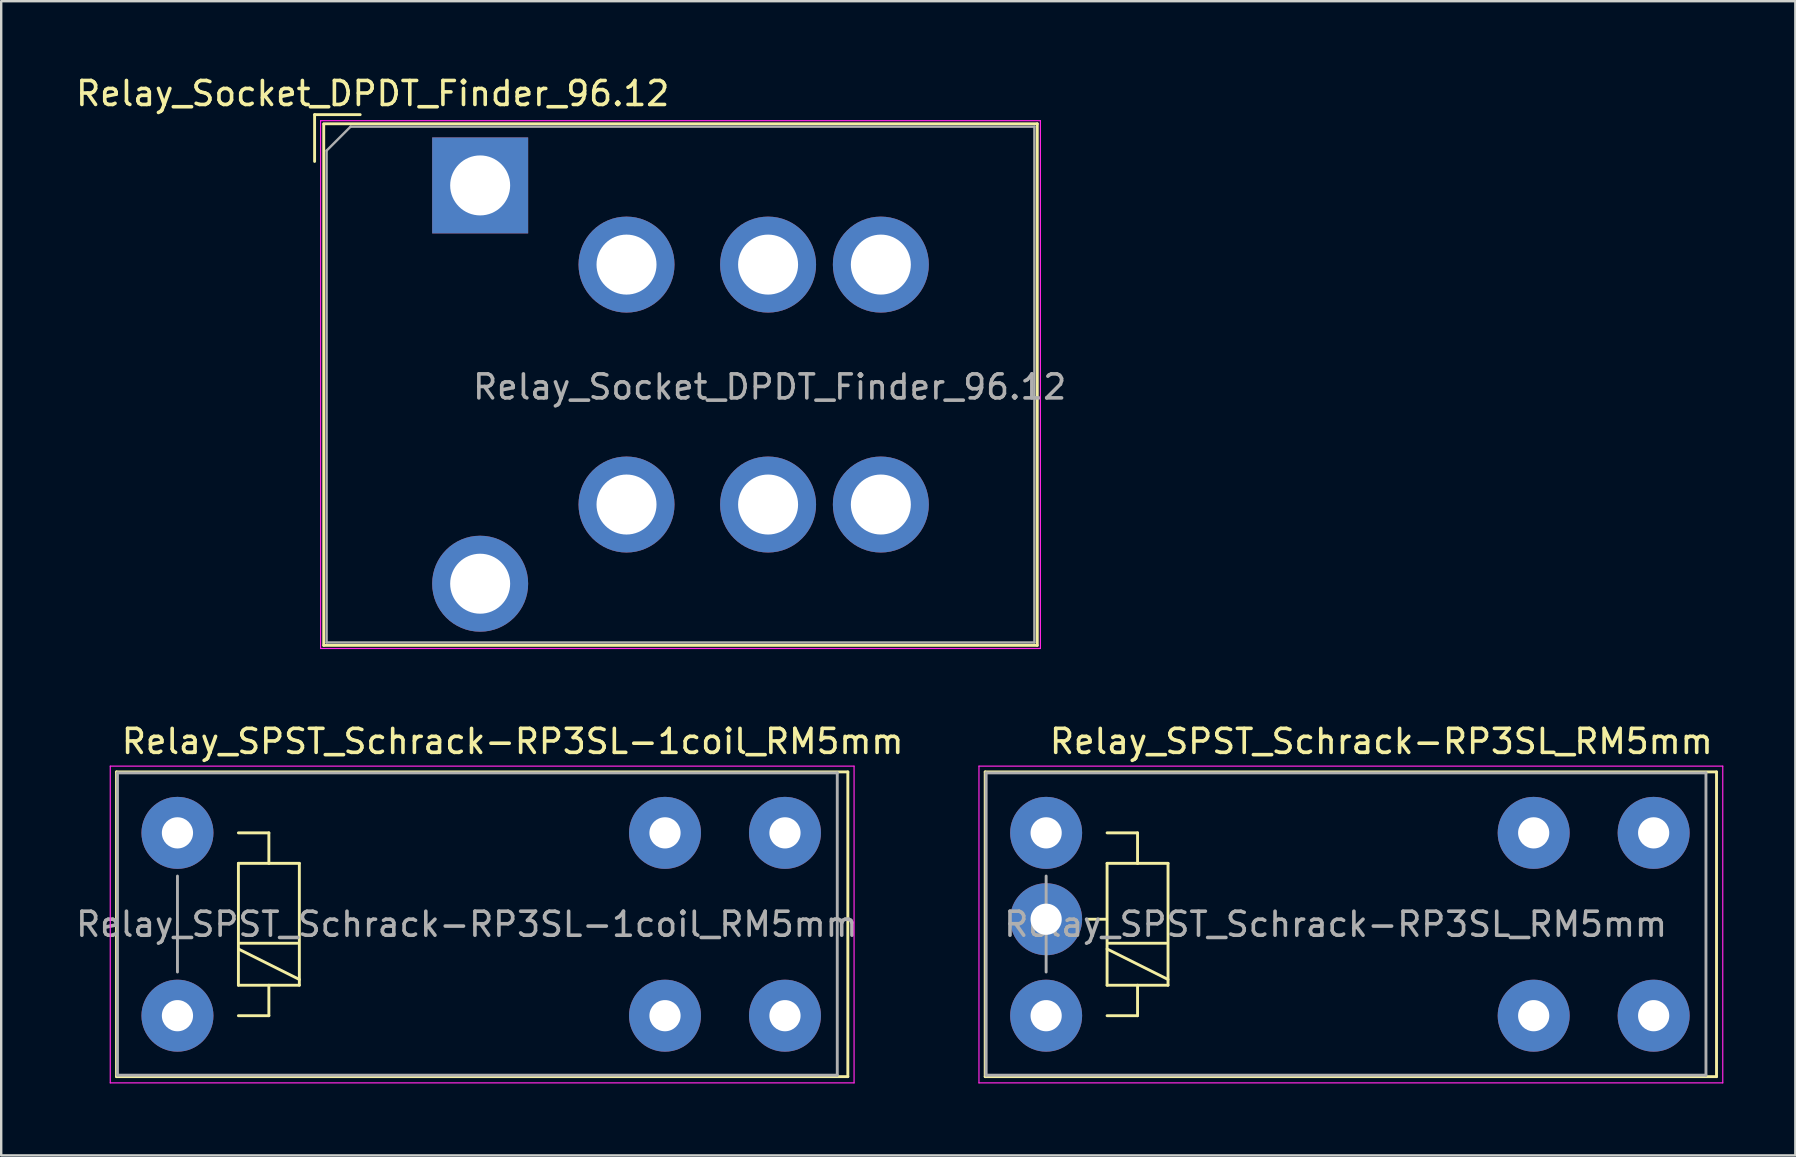
<source format=kicad_pcb>
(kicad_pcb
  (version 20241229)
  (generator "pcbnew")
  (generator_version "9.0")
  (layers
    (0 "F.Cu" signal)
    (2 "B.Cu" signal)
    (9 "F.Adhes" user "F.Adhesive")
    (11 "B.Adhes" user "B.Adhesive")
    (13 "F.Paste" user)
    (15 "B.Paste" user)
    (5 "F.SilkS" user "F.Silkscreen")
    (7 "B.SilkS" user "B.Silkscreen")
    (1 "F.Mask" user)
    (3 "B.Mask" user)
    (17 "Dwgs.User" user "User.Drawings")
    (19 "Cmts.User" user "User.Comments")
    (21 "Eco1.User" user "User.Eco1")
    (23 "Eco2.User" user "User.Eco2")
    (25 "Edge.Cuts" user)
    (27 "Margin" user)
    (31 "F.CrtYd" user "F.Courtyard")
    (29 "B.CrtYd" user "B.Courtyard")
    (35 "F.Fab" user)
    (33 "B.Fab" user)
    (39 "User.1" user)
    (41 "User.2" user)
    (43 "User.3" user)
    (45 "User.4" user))
  (footprint "Relay_SPST_Schrack-RP3SL_RM5mm"
    (layer "F.Cu")
    (at 40.551 31.662)
    (property "Reference" "Relay_SPST_Schrack-RP3SL_RM5mm" (at 13.97 -3.81 0) (layer "F.SilkS") (effects (font (size 1 1) (thickness 0.15))))
    (attr through_hole)
    (fp_line (start -2.54 -2.54) (end 27.94 -2.54) (stroke (width 0.12) (type solid)) (layer "F.SilkS"))
    (fp_line (start -2.54 10.16) (end -2.54 -2.54) (stroke (width 0.12) (type solid)) (layer "F.SilkS"))
    (fp_line (start 2.5 3.6) (end 1.7 3.6) (stroke (width 0.12) (type solid)) (layer "F.SilkS"))
    (fp_line (start 2.54 0) (end 3.81 0) (stroke (width 0.12) (type solid)) (layer "F.SilkS"))
    (fp_line (start 2.54 1.27) (end 3.81 1.27) (stroke (width 0.12) (type solid)) (layer "F.SilkS"))
    (fp_line (start 2.54 4.84) (end 5.08 6.11) (stroke (width 0.12) (type solid)) (layer "F.SilkS"))
    (fp_line (start 2.54 6.35) (end 2.54 1.27) (stroke (width 0.12) (type solid)) (layer "F.SilkS"))
    (fp_line (start 2.6 4.6) (end 5 4.6) (stroke (width 0.12) (type solid)) (layer "F.SilkS"))
    (fp_line (start 3.81 0) (end 3.81 1.27) (stroke (width 0.12) (type solid)) (layer "F.SilkS"))
    (fp_line (start 3.81 1.27) (end 5.08 1.27) (stroke (width 0.12) (type solid)) (layer "F.SilkS"))
    (fp_line (start 3.81 6.35) (end 3.81 7.62) (stroke (width 0.12) (type solid)) (layer "F.SilkS"))
    (fp_line (start 3.81 7.62) (end 2.54 7.62) (stroke (width 0.12) (type solid)) (layer "F.SilkS"))
    (fp_line (start 5.08 1.27) (end 5.08 6.35) (stroke (width 0.12) (type solid)) (layer "F.SilkS"))
    (fp_line (start 5.08 6.35) (end 2.54 6.35) (stroke (width 0.12) (type solid)) (layer "F.SilkS"))
    (fp_line (start 27.94 -2.54) (end 27.94 10.16) (stroke (width 0.12) (type solid)) (layer "F.SilkS"))
    (fp_line (start 27.94 10.16) (end -2.54 10.16) (stroke (width 0.12) (type solid)) (layer "F.SilkS"))
    (fp_line (start -2.8 -2.78) (end 28.2 -2.78) (stroke (width 0.05) (type solid)) (layer "F.CrtYd"))
    (fp_line (start -2.8 10.42) (end -2.8 -2.78) (stroke (width 0.05) (type solid)) (layer "F.CrtYd"))
    (fp_line (start 28.2 -2.78) (end 28.2 10.42) (stroke (width 0.05) (type solid)) (layer "F.CrtYd"))
    (fp_line (start 28.2 10.42) (end -2.8 10.42) (stroke (width 0.05) (type solid)) (layer "F.CrtYd"))
    (fp_line (start -2.5 -2.5) (end 27.5 -2.5) (stroke (width 0.12) (type solid)) (layer "F.Fab"))
    (fp_line (start -2.5 10.1) (end -2.5 -2.5) (stroke (width 0.12) (type solid)) (layer "F.Fab"))
    (fp_line (start 0 1.8) (end 0 5.8) (stroke (width 0.12) (type solid)) (layer "F.Fab"))
    (fp_line (start 27.5 -2.5) (end 27.5 10.1) (stroke (width 0.12) (type solid)) (layer "F.Fab"))
    (fp_line (start 27.5 10.1) (end -2.5 10.1) (stroke (width 0.12) (type solid)) (layer "F.Fab"))
    (fp_text user "${REFERENCE}" (at 12.065 3.81 0) (layer "F.Fab") (effects (font (size 1 1) (thickness 0.15))))
    (pad "11" thru_hole circle (at 20.32 0) (size 3 3) (drill 1.3) (layers "*.Cu" "*.Mask"))
    (pad "11" thru_hole circle (at 20.32 7.62) (size 3 3) (drill 1.3) (layers "*.Cu" "*.Mask"))
    (pad "14" thru_hole circle (at 25.32 0) (size 3 3) (drill 1.3) (layers "*.Cu" "*.Mask"))
    (pad "14" thru_hole circle (at 25.32 7.62) (size 3 3) (drill 1.3) (layers "*.Cu" "*.Mask"))
    (pad "A1" thru_hole circle (at 0 0) (size 3 3) (drill 1.3) (layers "*.Cu" "*.Mask"))
    (pad "A2" thru_hole circle (at 0 7.62) (size 3 3) (drill 1.3) (layers "*.Cu" "*.Mask"))
    (pad "A3" thru_hole circle (at 0 3.6) (size 3 3) (drill 1.3) (layers "*.Cu" "*.Mask")))
  (footprint "Relay_Socket_DPDT_Finder_96.12"
    (layer "F.Cu")
    (at 16.962 4.678)
    (property "Reference" "Relay_Socket_DPDT_Finder_96.12" (at -4.48 -3.83 180) (layer "F.SilkS") (effects (font (size 1 1) (thickness 0.15))))
    (attr through_hole)
    (fp_line (start -6.9 -2.95) (end -5 -2.95) (stroke (width 0.12) (type solid)) (layer "F.SilkS"))
    (fp_line (start -6.9 -1) (end -6.9 -2.95) (stroke (width 0.12) (type solid)) (layer "F.SilkS"))
    (fp_line (start -6.52 -2.57) (end 23.22 -2.57) (stroke (width 0.12) (type solid)) (layer "F.SilkS"))
    (fp_line (start -6.52 -2.55) (end -6.52 19.17) (stroke (width 0.12) (type solid)) (layer "F.SilkS"))
    (fp_line (start -6.52 19.17) (end 23.22 19.17) (stroke (width 0.12) (type solid)) (layer "F.SilkS"))
    (fp_line (start 23.22 -2.57) (end 23.22 19.17) (stroke (width 0.12) (type solid)) (layer "F.SilkS"))
    (fp_line (start -6.65 -2.7) (end -6.65 19.3) (stroke (width 0.05) (type solid)) (layer "F.CrtYd"))
    (fp_line (start -6.65 -2.7) (end 23.35 -2.7) (stroke (width 0.05) (type solid)) (layer "F.CrtYd"))
    (fp_line (start -6.65 19.3) (end 23.35 19.3) (stroke (width 0.05) (type solid)) (layer "F.CrtYd"))
    (fp_line (start 23.35 -2.7) (end 23.35 19.3) (stroke (width 0.05) (type solid)) (layer "F.CrtYd"))
    (fp_line (start -6.4 -1.45) (end -6.4 19.05) (stroke (width 0.1) (type solid)) (layer "F.Fab"))
    (fp_line (start -6.4 -1.45) (end -5.4 -2.45) (stroke (width 0.1) (type solid)) (layer "F.Fab"))
    (fp_line (start -5.4 -2.45) (end 23.1 -2.45) (stroke (width 0.1) (type solid)) (layer "F.Fab"))
    (fp_line (start 23.1 -2.45) (end 23.1 19.05) (stroke (width 0.1) (type solid)) (layer "F.Fab"))
    (fp_line (start 23.1 19.05) (end -6.4 19.05) (stroke (width 0.1) (type solid)) (layer "F.Fab"))
    (fp_text user "${REFERENCE}" (at 12.065 8.4 0) (layer "F.Fab") (effects (font (size 1 1) (thickness 0.15))))
    (pad "11" thru_hole circle (at 6.1 3.3) (size 4 4) (drill 2.5) (layers "*.Cu" "*.Mask"))
    (pad "12" thru_hole circle (at 16.7 3.3) (size 4 4) (drill 2.5) (layers "*.Cu" "*.Mask"))
    (pad "14" thru_hole circle (at 12 3.3) (size 4 4) (drill 2.5) (layers "*.Cu" "*.Mask"))
    (pad "21" thru_hole circle (at 6.1 13.3) (size 4 4) (drill 2.5) (layers "*.Cu" "*.Mask"))
    (pad "22" thru_hole circle (at 16.7 13.3) (size 4 4) (drill 2.5) (layers "*.Cu" "*.Mask"))
    (pad "24" thru_hole circle (at 12 13.3) (size 4 4) (drill 2.5) (layers "*.Cu" "*.Mask"))
    (pad "A1" thru_hole rect (at 0 0) (size 4 4) (drill 2.5) (layers "*.Cu" "*.Mask"))
    (pad "A2" thru_hole circle (at 0 16.6) (size 4 4) (drill 2.5) (layers "*.Cu" "*.Mask")))
  (footprint "Relay_SPST_Schrack-RP3SL-1coil_RM5mm"
    (layer "F.Cu")
    (at 4.346 31.662)
    (property "Reference" "Relay_SPST_Schrack-RP3SL-1coil_RM5mm" (at 13.97 -3.81 0) (layer "F.SilkS") (effects (font (size 1 1) (thickness 0.15))))
    (attr through_hole)
    (fp_line (start -2.54 -2.54) (end 27.94 -2.54) (stroke (width 0.12) (type solid)) (layer "F.SilkS"))
    (fp_line (start -2.54 10.16) (end -2.54 -2.54) (stroke (width 0.12) (type solid)) (layer "F.SilkS"))
    (fp_line (start 2.54 0) (end 3.81 0) (stroke (width 0.12) (type solid)) (layer "F.SilkS"))
    (fp_line (start 2.54 1.27) (end 3.81 1.27) (stroke (width 0.12) (type solid)) (layer "F.SilkS"))
    (fp_line (start 2.54 4.84) (end 5.08 6.11) (stroke (width 0.12) (type solid)) (layer "F.SilkS"))
    (fp_line (start 2.54 6.35) (end 2.54 1.27) (stroke (width 0.12) (type solid)) (layer "F.SilkS"))
    (fp_line (start 2.6 4.6) (end 5 4.6) (stroke (width 0.12) (type solid)) (layer "F.SilkS"))
    (fp_line (start 3.81 0) (end 3.81 1.27) (stroke (width 0.12) (type solid)) (layer "F.SilkS"))
    (fp_line (start 3.81 1.27) (end 5.08 1.27) (stroke (width 0.12) (type solid)) (layer "F.SilkS"))
    (fp_line (start 3.81 6.35) (end 3.81 7.62) (stroke (width 0.12) (type solid)) (layer "F.SilkS"))
    (fp_line (start 3.81 7.62) (end 2.54 7.62) (stroke (width 0.12) (type solid)) (layer "F.SilkS"))
    (fp_line (start 5.08 1.27) (end 5.08 6.35) (stroke (width 0.12) (type solid)) (layer "F.SilkS"))
    (fp_line (start 5.08 6.35) (end 2.54 6.35) (stroke (width 0.12) (type solid)) (layer "F.SilkS"))
    (fp_line (start 27.94 -2.54) (end 27.94 10.16) (stroke (width 0.12) (type solid)) (layer "F.SilkS"))
    (fp_line (start 27.94 10.16) (end -2.54 10.16) (stroke (width 0.12) (type solid)) (layer "F.SilkS"))
    (fp_line (start -2.8 -2.78) (end 28.2 -2.78) (stroke (width 0.05) (type solid)) (layer "F.CrtYd"))
    (fp_line (start -2.8 10.42) (end -2.8 -2.78) (stroke (width 0.05) (type solid)) (layer "F.CrtYd"))
    (fp_line (start 28.2 -2.78) (end 28.2 10.42) (stroke (width 0.05) (type solid)) (layer "F.CrtYd"))
    (fp_line (start 28.2 10.42) (end -2.8 10.42) (stroke (width 0.05) (type solid)) (layer "F.CrtYd"))
    (fp_line (start -2.5 -2.5) (end 27.5 -2.5) (stroke (width 0.12) (type solid)) (layer "F.Fab"))
    (fp_line (start -2.5 10.1) (end -2.5 -2.5) (stroke (width 0.12) (type solid)) (layer "F.Fab"))
    (fp_line (start 0 1.8) (end 0 5.8) (stroke (width 0.12) (type solid)) (layer "F.Fab"))
    (fp_line (start 27.5 -2.5) (end 27.5 10.1) (stroke (width 0.12) (type solid)) (layer "F.Fab"))
    (fp_line (start 27.5 10.1) (end -2.5 10.1) (stroke (width 0.12) (type solid)) (layer "F.Fab"))
    (fp_text user "${REFERENCE}" (at 12.065 3.81 0) (layer "F.Fab") (effects (font (size 1 1) (thickness 0.15))))
    (pad "11" thru_hole circle (at 20.32 0) (size 3 3) (drill 1.3) (layers "*.Cu" "*.Mask"))
    (pad "11" thru_hole circle (at 20.32 7.62) (size 3 3) (drill 1.3) (layers "*.Cu" "*.Mask"))
    (pad "14" thru_hole circle (at 25.32 0) (size 3 3) (drill 1.3) (layers "*.Cu" "*.Mask"))
    (pad "14" thru_hole circle (at 25.32 7.62) (size 3 3) (drill 1.3) (layers "*.Cu" "*.Mask"))
    (pad "A1" thru_hole circle (at 0 0) (size 3 3) (drill 1.3) (layers "*.Cu" "*.Mask"))
    (pad "A2" thru_hole circle (at 0 7.62) (size 3 3) (drill 1.3) (layers "*.Cu" "*.Mask")))
  (gr_rect
    (start -3 -3)
    (end 71.776 45.106)
    (stroke (width 0.1) (type default))
    (fill no)
    (layer "Edge.Cuts")))
</source>
